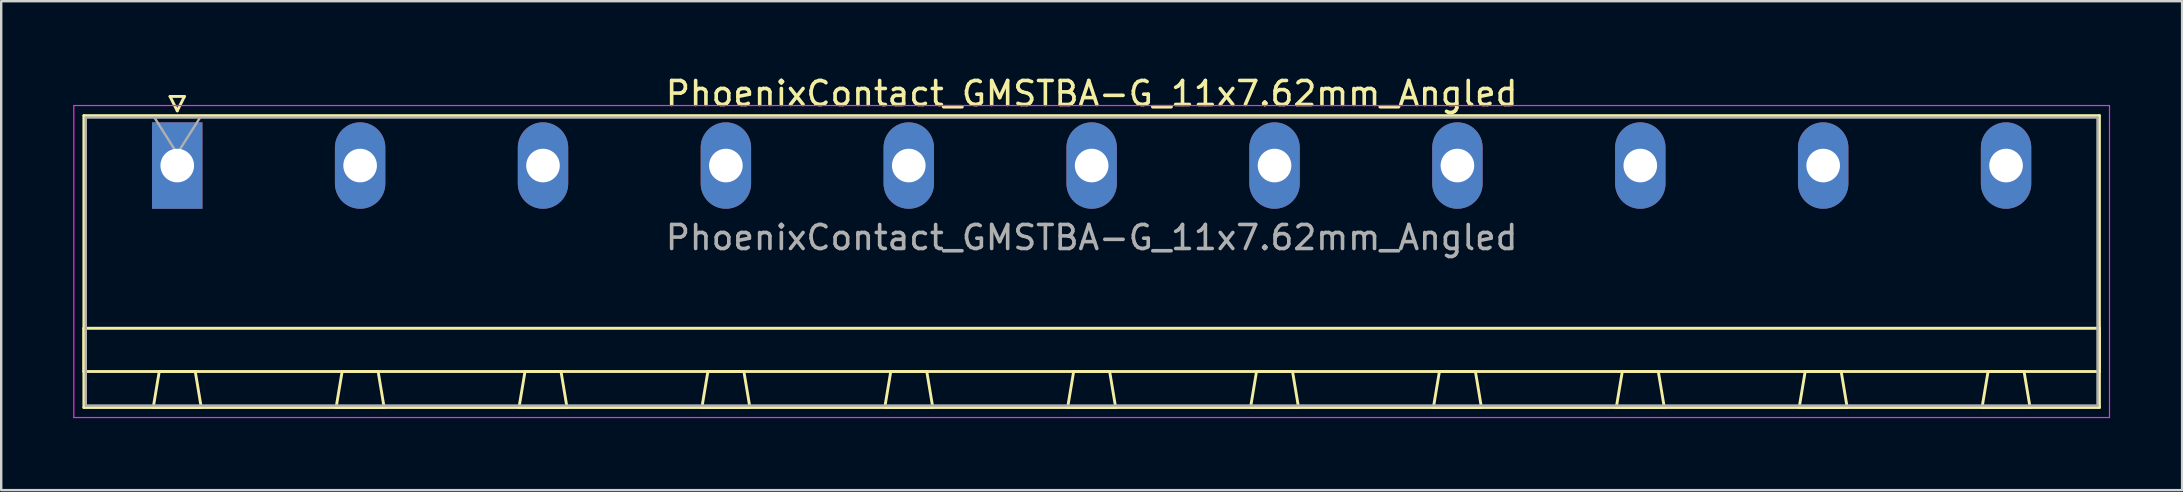
<source format=kicad_pcb>
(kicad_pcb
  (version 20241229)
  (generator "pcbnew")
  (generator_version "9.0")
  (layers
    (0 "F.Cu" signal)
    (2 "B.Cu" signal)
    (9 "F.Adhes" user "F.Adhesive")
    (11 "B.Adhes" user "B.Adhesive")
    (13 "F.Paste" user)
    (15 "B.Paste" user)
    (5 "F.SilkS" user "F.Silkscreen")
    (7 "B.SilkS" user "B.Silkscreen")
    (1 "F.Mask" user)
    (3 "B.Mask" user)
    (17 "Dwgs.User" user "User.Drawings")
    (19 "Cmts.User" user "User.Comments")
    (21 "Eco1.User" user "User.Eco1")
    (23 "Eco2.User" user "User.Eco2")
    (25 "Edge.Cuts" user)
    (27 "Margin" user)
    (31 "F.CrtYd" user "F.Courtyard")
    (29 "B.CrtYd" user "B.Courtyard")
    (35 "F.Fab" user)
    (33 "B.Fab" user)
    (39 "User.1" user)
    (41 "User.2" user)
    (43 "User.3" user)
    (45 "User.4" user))
  (footprint "PhoenixContact_GMSTBA-G_11x7.62mm_Angled"
    (layer "F.Cu")
    (at 4.335 3.848)
    (property "Reference" "PhoenixContact_GMSTBA-G_11x7.62mm_Angled" (at 38.1 -3 0) (layer "F.SilkS") (effects (font (size 1 1) (thickness 0.15))))
    (attr through_hole)
    (fp_line (start -3.89 -2.08) (end -3.89 10.08) (stroke (width 0.12) (type solid)) (layer "F.SilkS"))
    (fp_line (start -3.89 6.78) (end 80.09 6.78) (stroke (width 0.12) (type solid)) (layer "F.SilkS"))
    (fp_line (start -3.89 8.58) (end -3.89 6.78) (stroke (width 0.12) (type solid)) (layer "F.SilkS"))
    (fp_line (start -3.89 10.08) (end 80.09 10.08) (stroke (width 0.12) (type solid)) (layer "F.SilkS"))
    (fp_line (start -1 10.08) (end 1 10.08) (stroke (width 0.12) (type solid)) (layer "F.SilkS"))
    (fp_line (start -0.75 8.58) (end -1 10.08) (stroke (width 0.12) (type solid)) (layer "F.SilkS"))
    (fp_line (start -0.3 -2.88) (end 0.3 -2.88) (stroke (width 0.12) (type solid)) (layer "F.SilkS"))
    (fp_line (start 0 -2.28) (end -0.3 -2.88) (stroke (width 0.12) (type solid)) (layer "F.SilkS"))
    (fp_line (start 0.3 -2.88) (end 0 -2.28) (stroke (width 0.12) (type solid)) (layer "F.SilkS"))
    (fp_line (start 0.75 8.58) (end -0.75 8.58) (stroke (width 0.12) (type solid)) (layer "F.SilkS"))
    (fp_line (start 1 10.08) (end 0.75 8.58) (stroke (width 0.12) (type solid)) (layer "F.SilkS"))
    (fp_line (start 6.62 10.08) (end 8.62 10.08) (stroke (width 0.12) (type solid)) (layer "F.SilkS"))
    (fp_line (start 6.87 8.58) (end 6.62 10.08) (stroke (width 0.12) (type solid)) (layer "F.SilkS"))
    (fp_line (start 8.37 8.58) (end 6.87 8.58) (stroke (width 0.12) (type solid)) (layer "F.SilkS"))
    (fp_line (start 8.62 10.08) (end 8.37 8.58) (stroke (width 0.12) (type solid)) (layer "F.SilkS"))
    (fp_line (start 14.24 10.08) (end 16.24 10.08) (stroke (width 0.12) (type solid)) (layer "F.SilkS"))
    (fp_line (start 14.49 8.58) (end 14.24 10.08) (stroke (width 0.12) (type solid)) (layer "F.SilkS"))
    (fp_line (start 15.99 8.58) (end 14.49 8.58) (stroke (width 0.12) (type solid)) (layer "F.SilkS"))
    (fp_line (start 16.24 10.08) (end 15.99 8.58) (stroke (width 0.12) (type solid)) (layer "F.SilkS"))
    (fp_line (start 21.86 10.08) (end 23.86 10.08) (stroke (width 0.12) (type solid)) (layer "F.SilkS"))
    (fp_line (start 22.11 8.58) (end 21.86 10.08) (stroke (width 0.12) (type solid)) (layer "F.SilkS"))
    (fp_line (start 23.61 8.58) (end 22.11 8.58) (stroke (width 0.12) (type solid)) (layer "F.SilkS"))
    (fp_line (start 23.86 10.08) (end 23.61 8.58) (stroke (width 0.12) (type solid)) (layer "F.SilkS"))
    (fp_line (start 29.48 10.08) (end 31.48 10.08) (stroke (width 0.12) (type solid)) (layer "F.SilkS"))
    (fp_line (start 29.73 8.58) (end 29.48 10.08) (stroke (width 0.12) (type solid)) (layer "F.SilkS"))
    (fp_line (start 31.23 8.58) (end 29.73 8.58) (stroke (width 0.12) (type solid)) (layer "F.SilkS"))
    (fp_line (start 31.48 10.08) (end 31.23 8.58) (stroke (width 0.12) (type solid)) (layer "F.SilkS"))
    (fp_line (start 37.1 10.08) (end 39.1 10.08) (stroke (width 0.12) (type solid)) (layer "F.SilkS"))
    (fp_line (start 37.35 8.58) (end 37.1 10.08) (stroke (width 0.12) (type solid)) (layer "F.SilkS"))
    (fp_line (start 38.85 8.58) (end 37.35 8.58) (stroke (width 0.12) (type solid)) (layer "F.SilkS"))
    (fp_line (start 39.1 10.08) (end 38.85 8.58) (stroke (width 0.12) (type solid)) (layer "F.SilkS"))
    (fp_line (start 44.72 10.08) (end 46.72 10.08) (stroke (width 0.12) (type solid)) (layer "F.SilkS"))
    (fp_line (start 44.97 8.58) (end 44.72 10.08) (stroke (width 0.12) (type solid)) (layer "F.SilkS"))
    (fp_line (start 46.47 8.58) (end 44.97 8.58) (stroke (width 0.12) (type solid)) (layer "F.SilkS"))
    (fp_line (start 46.72 10.08) (end 46.47 8.58) (stroke (width 0.12) (type solid)) (layer "F.SilkS"))
    (fp_line (start 52.34 10.08) (end 54.34 10.08) (stroke (width 0.12) (type solid)) (layer "F.SilkS"))
    (fp_line (start 52.59 8.58) (end 52.34 10.08) (stroke (width 0.12) (type solid)) (layer "F.SilkS"))
    (fp_line (start 54.09 8.58) (end 52.59 8.58) (stroke (width 0.12) (type solid)) (layer "F.SilkS"))
    (fp_line (start 54.34 10.08) (end 54.09 8.58) (stroke (width 0.12) (type solid)) (layer "F.SilkS"))
    (fp_line (start 59.96 10.08) (end 61.96 10.08) (stroke (width 0.12) (type solid)) (layer "F.SilkS"))
    (fp_line (start 60.21 8.58) (end 59.96 10.08) (stroke (width 0.12) (type solid)) (layer "F.SilkS"))
    (fp_line (start 61.71 8.58) (end 60.21 8.58) (stroke (width 0.12) (type solid)) (layer "F.SilkS"))
    (fp_line (start 61.96 10.08) (end 61.71 8.58) (stroke (width 0.12) (type solid)) (layer "F.SilkS"))
    (fp_line (start 67.58 10.08) (end 69.58 10.08) (stroke (width 0.12) (type solid)) (layer "F.SilkS"))
    (fp_line (start 67.83 8.58) (end 67.58 10.08) (stroke (width 0.12) (type solid)) (layer "F.SilkS"))
    (fp_line (start 69.33 8.58) (end 67.83 8.58) (stroke (width 0.12) (type solid)) (layer "F.SilkS"))
    (fp_line (start 69.58 10.08) (end 69.33 8.58) (stroke (width 0.12) (type solid)) (layer "F.SilkS"))
    (fp_line (start 75.2 10.08) (end 77.2 10.08) (stroke (width 0.12) (type solid)) (layer "F.SilkS"))
    (fp_line (start 75.45 8.58) (end 75.2 10.08) (stroke (width 0.12) (type solid)) (layer "F.SilkS"))
    (fp_line (start 76.95 8.58) (end 75.45 8.58) (stroke (width 0.12) (type solid)) (layer "F.SilkS"))
    (fp_line (start 77.2 10.08) (end 76.95 8.58) (stroke (width 0.12) (type solid)) (layer "F.SilkS"))
    (fp_line (start 80.09 -2.08) (end -3.89 -2.08) (stroke (width 0.12) (type solid)) (layer "F.SilkS"))
    (fp_line (start 80.09 6.78) (end 80.09 8.58) (stroke (width 0.12) (type solid)) (layer "F.SilkS"))
    (fp_line (start 80.09 8.58) (end -3.89 8.58) (stroke (width 0.12) (type solid)) (layer "F.SilkS"))
    (fp_line (start 80.09 10.08) (end 80.09 -2.08) (stroke (width 0.12) (type solid)) (layer "F.SilkS"))
    (fp_line (start -4.31 -2.5) (end -4.31 10.5) (stroke (width 0.05) (type solid)) (layer "F.CrtYd"))
    (fp_line (start -4.31 10.5) (end 80.51 10.5) (stroke (width 0.05) (type solid)) (layer "F.CrtYd"))
    (fp_line (start 80.51 -2.5) (end -4.31 -2.5) (stroke (width 0.05) (type solid)) (layer "F.CrtYd"))
    (fp_line (start 80.51 10.5) (end 80.51 -2.5) (stroke (width 0.05) (type solid)) (layer "F.CrtYd"))
    (fp_line (start -3.81 -2) (end -3.81 10) (stroke (width 0.1) (type solid)) (layer "F.Fab"))
    (fp_line (start -3.81 10) (end 80.01 10) (stroke (width 0.1) (type solid)) (layer "F.Fab"))
    (fp_line (start 0 -0.5) (end -0.95 -2) (stroke (width 0.1) (type solid)) (layer "F.Fab"))
    (fp_line (start 0.95 -2) (end 0 -0.5) (stroke (width 0.1) (type solid)) (layer "F.Fab"))
    (fp_line (start 80.01 -2) (end -3.81 -2) (stroke (width 0.1) (type solid)) (layer "F.Fab"))
    (fp_line (start 80.01 10) (end 80.01 -2) (stroke (width 0.1) (type solid)) (layer "F.Fab"))
    (fp_text user "${REFERENCE}" (at 38.1 3 0) (layer "F.Fab") (effects (font (size 1 1) (thickness 0.15))))
    (pad "1" thru_hole rect (at 0 0) (size 2.1 3.6) (drill 1.4) (layers "*.Cu" "*.Mask"))
    (pad "2" thru_hole oval (at 7.62 0) (size 2.1 3.6) (drill 1.4) (layers "*.Cu" "*.Mask"))
    (pad "3" thru_hole oval (at 15.24 0) (size 2.1 3.6) (drill 1.4) (layers "*.Cu" "*.Mask"))
    (pad "4" thru_hole oval (at 22.86 0) (size 2.1 3.6) (drill 1.4) (layers "*.Cu" "*.Mask"))
    (pad "5" thru_hole oval (at 30.48 0) (size 2.1 3.6) (drill 1.4) (layers "*.Cu" "*.Mask"))
    (pad "6" thru_hole oval (at 38.1 0) (size 2.1 3.6) (drill 1.4) (layers "*.Cu" "*.Mask"))
    (pad "7" thru_hole oval (at 45.72 0) (size 2.1 3.6) (drill 1.4) (layers "*.Cu" "*.Mask"))
    (pad "8" thru_hole oval (at 53.34 0) (size 2.1 3.6) (drill 1.4) (layers "*.Cu" "*.Mask"))
    (pad "9" thru_hole oval (at 60.96 0) (size 2.1 3.6) (drill 1.4) (layers "*.Cu" "*.Mask"))
    (pad "10" thru_hole oval (at 68.58 0) (size 2.1 3.6) (drill 1.4) (layers "*.Cu" "*.Mask"))
    (pad "11" thru_hole oval (at 76.2 0) (size 2.1 3.6) (drill 1.4) (layers "*.Cu" "*.Mask")))
  (gr_rect
    (start -3 -3)
    (end 87.87 17.373)
    (stroke (width 0.1) (type default))
    (fill no)
    (layer "Edge.Cuts")))
</source>
